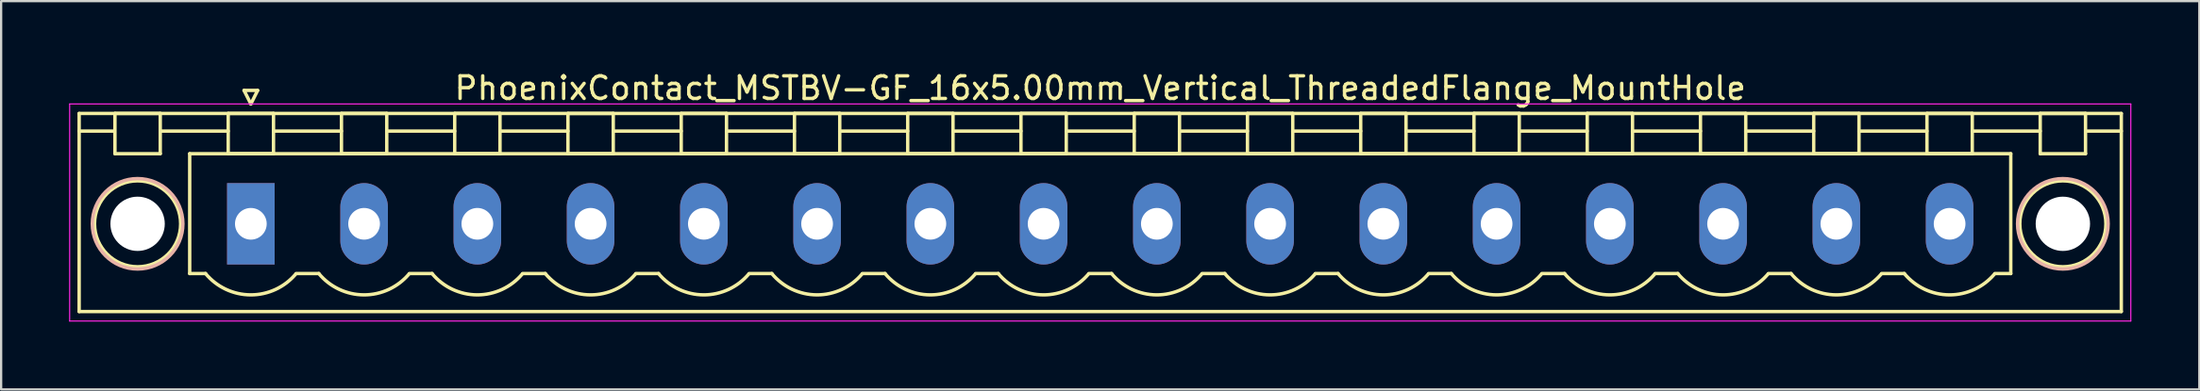
<source format=kicad_pcb>
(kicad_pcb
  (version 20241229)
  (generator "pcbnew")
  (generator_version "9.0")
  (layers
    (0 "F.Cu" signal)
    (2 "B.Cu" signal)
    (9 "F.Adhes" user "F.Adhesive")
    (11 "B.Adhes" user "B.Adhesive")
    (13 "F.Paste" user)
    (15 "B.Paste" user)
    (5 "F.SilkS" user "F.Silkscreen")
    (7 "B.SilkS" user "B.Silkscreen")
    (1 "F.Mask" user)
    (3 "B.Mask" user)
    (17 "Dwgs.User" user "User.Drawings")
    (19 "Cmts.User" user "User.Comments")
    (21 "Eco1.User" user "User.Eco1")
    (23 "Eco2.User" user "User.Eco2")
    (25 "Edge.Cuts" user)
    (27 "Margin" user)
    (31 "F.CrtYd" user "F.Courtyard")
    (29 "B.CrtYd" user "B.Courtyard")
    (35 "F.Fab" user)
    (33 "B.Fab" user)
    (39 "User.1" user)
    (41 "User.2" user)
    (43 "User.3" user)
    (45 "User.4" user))
  (footprint "PhoenixContact_MSTBV-GF_16x5.00mm_Vertical_ThreadedFlange_MountHole"
    (layer "F.Cu")
    (at 8.025 6.848)
    (property "Reference" "PhoenixContact_MSTBV-GF_16x5.00mm_Vertical_ThreadedFlange_MountHole" (at 37.5 -6 0) (layer "F.SilkS") (effects (font (size 1 1) (thickness 0.15))))
    (attr through_hole)
    (fp_line (start -7.58 -4.88) (end -7.58 3.88) (stroke (width 0.15) (type solid)) (layer "F.SilkS"))
    (fp_line (start -7.58 -4.1) (end -6.08 -4.1) (stroke (width 0.15) (type solid)) (layer "F.SilkS"))
    (fp_line (start -7.58 3.88) (end 82.58 3.88) (stroke (width 0.15) (type solid)) (layer "F.SilkS"))
    (fp_line (start -6 -4.88) (end -4 -4.88) (stroke (width 0.15) (type solid)) (layer "F.SilkS"))
    (fp_line (start -6 -3.1) (end -6 -4.88) (stroke (width 0.15) (type solid)) (layer "F.SilkS"))
    (fp_line (start -4 -4.88) (end -4 -3.1) (stroke (width 0.15) (type solid)) (layer "F.SilkS"))
    (fp_line (start -4 -4.1) (end -1 -4.1) (stroke (width 0.15) (type solid)) (layer "F.SilkS"))
    (fp_line (start -4 -3.1) (end -6 -3.1) (stroke (width 0.15) (type solid)) (layer "F.SilkS"))
    (fp_line (start -2.7 -3.1) (end 77.7 -3.1) (stroke (width 0.15) (type solid)) (layer "F.SilkS"))
    (fp_line (start -2.7 2.2) (end -2.7 -3.1) (stroke (width 0.15) (type solid)) (layer "F.SilkS"))
    (fp_line (start -2 2.2) (end -2.7 2.2) (stroke (width 0.15) (type solid)) (layer "F.SilkS"))
    (fp_line (start -1 -4.88) (end 1 -4.88) (stroke (width 0.15) (type solid)) (layer "F.SilkS"))
    (fp_line (start -1 -3.1) (end -1 -4.88) (stroke (width 0.15) (type solid)) (layer "F.SilkS"))
    (fp_line (start -0.3 -5.9) (end 0 -5.3) (stroke (width 0.15) (type solid)) (layer "F.SilkS"))
    (fp_line (start 0 -5.3) (end 0.3 -5.9) (stroke (width 0.15) (type solid)) (layer "F.SilkS"))
    (fp_line (start 0.3 -5.9) (end -0.3 -5.9) (stroke (width 0.15) (type solid)) (layer "F.SilkS"))
    (fp_line (start 1 -4.88) (end 1 -3.1) (stroke (width 0.15) (type solid)) (layer "F.SilkS"))
    (fp_line (start 1 -4.1) (end 4 -4.1) (stroke (width 0.15) (type solid)) (layer "F.SilkS"))
    (fp_line (start 1 -3.1) (end -1 -3.1) (stroke (width 0.15) (type solid)) (layer "F.SilkS"))
    (fp_line (start 2 2.2) (end 3 2.2) (stroke (width 0.15) (type solid)) (layer "F.SilkS"))
    (fp_line (start 4 -4.88) (end 6 -4.88) (stroke (width 0.15) (type solid)) (layer "F.SilkS"))
    (fp_line (start 4 -3.1) (end 4 -4.88) (stroke (width 0.15) (type solid)) (layer "F.SilkS"))
    (fp_line (start 6 -4.88) (end 6 -3.1) (stroke (width 0.15) (type solid)) (layer "F.SilkS"))
    (fp_line (start 6 -4.1) (end 9 -4.1) (stroke (width 0.15) (type solid)) (layer "F.SilkS"))
    (fp_line (start 6 -3.1) (end 4 -3.1) (stroke (width 0.15) (type solid)) (layer "F.SilkS"))
    (fp_line (start 7 2.2) (end 8 2.2) (stroke (width 0.15) (type solid)) (layer "F.SilkS"))
    (fp_line (start 9 -4.88) (end 11 -4.88) (stroke (width 0.15) (type solid)) (layer "F.SilkS"))
    (fp_line (start 9 -3.1) (end 9 -4.88) (stroke (width 0.15) (type solid)) (layer "F.SilkS"))
    (fp_line (start 11 -4.88) (end 11 -3.1) (stroke (width 0.15) (type solid)) (layer "F.SilkS"))
    (fp_line (start 11 -4.1) (end 14 -4.1) (stroke (width 0.15) (type solid)) (layer "F.SilkS"))
    (fp_line (start 11 -3.1) (end 9 -3.1) (stroke (width 0.15) (type solid)) (layer "F.SilkS"))
    (fp_line (start 12 2.2) (end 13 2.2) (stroke (width 0.15) (type solid)) (layer "F.SilkS"))
    (fp_line (start 14 -4.88) (end 16 -4.88) (stroke (width 0.15) (type solid)) (layer "F.SilkS"))
    (fp_line (start 14 -3.1) (end 14 -4.88) (stroke (width 0.15) (type solid)) (layer "F.SilkS"))
    (fp_line (start 16 -4.88) (end 16 -3.1) (stroke (width 0.15) (type solid)) (layer "F.SilkS"))
    (fp_line (start 16 -4.1) (end 19 -4.1) (stroke (width 0.15) (type solid)) (layer "F.SilkS"))
    (fp_line (start 16 -3.1) (end 14 -3.1) (stroke (width 0.15) (type solid)) (layer "F.SilkS"))
    (fp_line (start 17 2.2) (end 18 2.2) (stroke (width 0.15) (type solid)) (layer "F.SilkS"))
    (fp_line (start 19 -4.88) (end 21 -4.88) (stroke (width 0.15) (type solid)) (layer "F.SilkS"))
    (fp_line (start 19 -3.1) (end 19 -4.88) (stroke (width 0.15) (type solid)) (layer "F.SilkS"))
    (fp_line (start 21 -4.88) (end 21 -3.1) (stroke (width 0.15) (type solid)) (layer "F.SilkS"))
    (fp_line (start 21 -4.1) (end 24 -4.1) (stroke (width 0.15) (type solid)) (layer "F.SilkS"))
    (fp_line (start 21 -3.1) (end 19 -3.1) (stroke (width 0.15) (type solid)) (layer "F.SilkS"))
    (fp_line (start 22 2.2) (end 23 2.2) (stroke (width 0.15) (type solid)) (layer "F.SilkS"))
    (fp_line (start 24 -4.88) (end 26 -4.88) (stroke (width 0.15) (type solid)) (layer "F.SilkS"))
    (fp_line (start 24 -3.1) (end 24 -4.88) (stroke (width 0.15) (type solid)) (layer "F.SilkS"))
    (fp_line (start 26 -4.88) (end 26 -3.1) (stroke (width 0.15) (type solid)) (layer "F.SilkS"))
    (fp_line (start 26 -4.1) (end 29 -4.1) (stroke (width 0.15) (type solid)) (layer "F.SilkS"))
    (fp_line (start 26 -3.1) (end 24 -3.1) (stroke (width 0.15) (type solid)) (layer "F.SilkS"))
    (fp_line (start 27 2.2) (end 28 2.2) (stroke (width 0.15) (type solid)) (layer "F.SilkS"))
    (fp_line (start 29 -4.88) (end 31 -4.88) (stroke (width 0.15) (type solid)) (layer "F.SilkS"))
    (fp_line (start 29 -3.1) (end 29 -4.88) (stroke (width 0.15) (type solid)) (layer "F.SilkS"))
    (fp_line (start 31 -4.88) (end 31 -3.1) (stroke (width 0.15) (type solid)) (layer "F.SilkS"))
    (fp_line (start 31 -4.1) (end 34 -4.1) (stroke (width 0.15) (type solid)) (layer "F.SilkS"))
    (fp_line (start 31 -3.1) (end 29 -3.1) (stroke (width 0.15) (type solid)) (layer "F.SilkS"))
    (fp_line (start 32 2.2) (end 33 2.2) (stroke (width 0.15) (type solid)) (layer "F.SilkS"))
    (fp_line (start 34 -4.88) (end 36 -4.88) (stroke (width 0.15) (type solid)) (layer "F.SilkS"))
    (fp_line (start 34 -3.1) (end 34 -4.88) (stroke (width 0.15) (type solid)) (layer "F.SilkS"))
    (fp_line (start 36 -4.88) (end 36 -3.1) (stroke (width 0.15) (type solid)) (layer "F.SilkS"))
    (fp_line (start 36 -4.1) (end 39 -4.1) (stroke (width 0.15) (type solid)) (layer "F.SilkS"))
    (fp_line (start 36 -3.1) (end 34 -3.1) (stroke (width 0.15) (type solid)) (layer "F.SilkS"))
    (fp_line (start 37 2.2) (end 38 2.2) (stroke (width 0.15) (type solid)) (layer "F.SilkS"))
    (fp_line (start 39 -4.88) (end 41 -4.88) (stroke (width 0.15) (type solid)) (layer "F.SilkS"))
    (fp_line (start 39 -3.1) (end 39 -4.88) (stroke (width 0.15) (type solid)) (layer "F.SilkS"))
    (fp_line (start 41 -4.88) (end 41 -3.1) (stroke (width 0.15) (type solid)) (layer "F.SilkS"))
    (fp_line (start 41 -4.1) (end 44 -4.1) (stroke (width 0.15) (type solid)) (layer "F.SilkS"))
    (fp_line (start 41 -3.1) (end 39 -3.1) (stroke (width 0.15) (type solid)) (layer "F.SilkS"))
    (fp_line (start 42 2.2) (end 43 2.2) (stroke (width 0.15) (type solid)) (layer "F.SilkS"))
    (fp_line (start 44 -4.88) (end 46 -4.88) (stroke (width 0.15) (type solid)) (layer "F.SilkS"))
    (fp_line (start 44 -3.1) (end 44 -4.88) (stroke (width 0.15) (type solid)) (layer "F.SilkS"))
    (fp_line (start 46 -4.88) (end 46 -3.1) (stroke (width 0.15) (type solid)) (layer "F.SilkS"))
    (fp_line (start 46 -4.1) (end 49 -4.1) (stroke (width 0.15) (type solid)) (layer "F.SilkS"))
    (fp_line (start 46 -3.1) (end 44 -3.1) (stroke (width 0.15) (type solid)) (layer "F.SilkS"))
    (fp_line (start 47 2.2) (end 48 2.2) (stroke (width 0.15) (type solid)) (layer "F.SilkS"))
    (fp_line (start 49 -4.88) (end 51 -4.88) (stroke (width 0.15) (type solid)) (layer "F.SilkS"))
    (fp_line (start 49 -3.1) (end 49 -4.88) (stroke (width 0.15) (type solid)) (layer "F.SilkS"))
    (fp_line (start 51 -4.88) (end 51 -3.1) (stroke (width 0.15) (type solid)) (layer "F.SilkS"))
    (fp_line (start 51 -4.1) (end 54 -4.1) (stroke (width 0.15) (type solid)) (layer "F.SilkS"))
    (fp_line (start 51 -3.1) (end 49 -3.1) (stroke (width 0.15) (type solid)) (layer "F.SilkS"))
    (fp_line (start 52 2.2) (end 53 2.2) (stroke (width 0.15) (type solid)) (layer "F.SilkS"))
    (fp_line (start 54 -4.88) (end 56 -4.88) (stroke (width 0.15) (type solid)) (layer "F.SilkS"))
    (fp_line (start 54 -3.1) (end 54 -4.88) (stroke (width 0.15) (type solid)) (layer "F.SilkS"))
    (fp_line (start 56 -4.88) (end 56 -3.1) (stroke (width 0.15) (type solid)) (layer "F.SilkS"))
    (fp_line (start 56 -4.1) (end 59 -4.1) (stroke (width 0.15) (type solid)) (layer "F.SilkS"))
    (fp_line (start 56 -3.1) (end 54 -3.1) (stroke (width 0.15) (type solid)) (layer "F.SilkS"))
    (fp_line (start 57 2.2) (end 58 2.2) (stroke (width 0.15) (type solid)) (layer "F.SilkS"))
    (fp_line (start 59 -4.88) (end 61 -4.88) (stroke (width 0.15) (type solid)) (layer "F.SilkS"))
    (fp_line (start 59 -3.1) (end 59 -4.88) (stroke (width 0.15) (type solid)) (layer "F.SilkS"))
    (fp_line (start 61 -4.88) (end 61 -3.1) (stroke (width 0.15) (type solid)) (layer "F.SilkS"))
    (fp_line (start 61 -4.1) (end 64 -4.1) (stroke (width 0.15) (type solid)) (layer "F.SilkS"))
    (fp_line (start 61 -3.1) (end 59 -3.1) (stroke (width 0.15) (type solid)) (layer "F.SilkS"))
    (fp_line (start 62 2.2) (end 63 2.2) (stroke (width 0.15) (type solid)) (layer "F.SilkS"))
    (fp_line (start 64 -4.88) (end 66 -4.88) (stroke (width 0.15) (type solid)) (layer "F.SilkS"))
    (fp_line (start 64 -3.1) (end 64 -4.88) (stroke (width 0.15) (type solid)) (layer "F.SilkS"))
    (fp_line (start 66 -4.88) (end 66 -3.1) (stroke (width 0.15) (type solid)) (layer "F.SilkS"))
    (fp_line (start 66 -4.1) (end 69 -4.1) (stroke (width 0.15) (type solid)) (layer "F.SilkS"))
    (fp_line (start 66 -3.1) (end 64 -3.1) (stroke (width 0.15) (type solid)) (layer "F.SilkS"))
    (fp_line (start 67 2.2) (end 68 2.2) (stroke (width 0.15) (type solid)) (layer "F.SilkS"))
    (fp_line (start 69 -4.88) (end 71 -4.88) (stroke (width 0.15) (type solid)) (layer "F.SilkS"))
    (fp_line (start 69 -3.1) (end 69 -4.88) (stroke (width 0.15) (type solid)) (layer "F.SilkS"))
    (fp_line (start 71 -4.88) (end 71 -3.1) (stroke (width 0.15) (type solid)) (layer "F.SilkS"))
    (fp_line (start 71 -4.1) (end 74 -4.1) (stroke (width 0.15) (type solid)) (layer "F.SilkS"))
    (fp_line (start 71 -3.1) (end 69 -3.1) (stroke (width 0.15) (type solid)) (layer "F.SilkS"))
    (fp_line (start 72 2.2) (end 73 2.2) (stroke (width 0.15) (type solid)) (layer "F.SilkS"))
    (fp_line (start 74 -4.88) (end 76 -4.88) (stroke (width 0.15) (type solid)) (layer "F.SilkS"))
    (fp_line (start 74 -3.1) (end 74 -4.88) (stroke (width 0.15) (type solid)) (layer "F.SilkS"))
    (fp_line (start 76 -4.88) (end 76 -3.1) (stroke (width 0.15) (type solid)) (layer "F.SilkS"))
    (fp_line (start 76 -4.1) (end 79 -4.1) (stroke (width 0.15) (type solid)) (layer "F.SilkS"))
    (fp_line (start 76 -3.1) (end 74 -3.1) (stroke (width 0.15) (type solid)) (layer "F.SilkS"))
    (fp_line (start 77.7 -3.1) (end 77.7 2.2) (stroke (width 0.15) (type solid)) (layer "F.SilkS"))
    (fp_line (start 77.7 2.2) (end 77 2.2) (stroke (width 0.15) (type solid)) (layer "F.SilkS"))
    (fp_line (start 79 -4.88) (end 81 -4.88) (stroke (width 0.15) (type solid)) (layer "F.SilkS"))
    (fp_line (start 79 -3.1) (end 79 -4.88) (stroke (width 0.15) (type solid)) (layer "F.SilkS"))
    (fp_line (start 81 -4.88) (end 81 -3.1) (stroke (width 0.15) (type solid)) (layer "F.SilkS"))
    (fp_line (start 81 -3.1) (end 79 -3.1) (stroke (width 0.15) (type solid)) (layer "F.SilkS"))
    (fp_line (start 82.58 -4.88) (end -7.58 -4.88) (stroke (width 0.15) (type solid)) (layer "F.SilkS"))
    (fp_line (start 82.58 -4.1) (end 81.08 -4.1) (stroke (width 0.15) (type solid)) (layer "F.SilkS"))
    (fp_line (start 82.58 3.88) (end 82.58 -4.88) (stroke (width 0.15) (type solid)) (layer "F.SilkS"))
    (fp_arc (start 1.986842 2.215821) (mid -0.010289 3.142758) (end -2 2.2) (stroke (width 0.15) (type solid)) (layer "F.SilkS"))
    (fp_arc (start 6.986842 2.215821) (mid 4.989711 3.142758) (end 3 2.2) (stroke (width 0.15) (type solid)) (layer "F.SilkS"))
    (fp_arc (start 11.986842 2.215821) (mid 9.989711 3.142758) (end 8 2.2) (stroke (width 0.15) (type solid)) (layer "F.SilkS"))
    (fp_arc (start 16.986842 2.215821) (mid 14.989711 3.142758) (end 13 2.2) (stroke (width 0.15) (type solid)) (layer "F.SilkS"))
    (fp_arc (start 21.986842 2.215821) (mid 19.989711 3.142758) (end 18 2.2) (stroke (width 0.15) (type solid)) (layer "F.SilkS"))
    (fp_arc (start 26.986842 2.215821) (mid 24.989711 3.142758) (end 23 2.2) (stroke (width 0.15) (type solid)) (layer "F.SilkS"))
    (fp_arc (start 31.986842 2.215821) (mid 29.989711 3.142758) (end 28 2.2) (stroke (width 0.15) (type solid)) (layer "F.SilkS"))
    (fp_arc (start 36.986842 2.215821) (mid 34.989711 3.142758) (end 33 2.2) (stroke (width 0.15) (type solid)) (layer "F.SilkS"))
    (fp_arc (start 41.986842 2.215821) (mid 39.989711 3.142758) (end 38 2.2) (stroke (width 0.15) (type solid)) (layer "F.SilkS"))
    (fp_arc (start 46.986842 2.215821) (mid 44.989711 3.142758) (end 43 2.2) (stroke (width 0.15) (type solid)) (layer "F.SilkS"))
    (fp_arc (start 51.986842 2.215821) (mid 49.989711 3.142758) (end 48 2.2) (stroke (width 0.15) (type solid)) (layer "F.SilkS"))
    (fp_arc (start 56.986842 2.215821) (mid 54.989711 3.142758) (end 53 2.2) (stroke (width 0.15) (type solid)) (layer "F.SilkS"))
    (fp_arc (start 61.986842 2.215821) (mid 59.989711 3.142758) (end 58 2.2) (stroke (width 0.15) (type solid)) (layer "F.SilkS"))
    (fp_arc (start 66.986842 2.215821) (mid 64.989711 3.142758) (end 63 2.2) (stroke (width 0.15) (type solid)) (layer "F.SilkS"))
    (fp_arc (start 71.986842 2.215821) (mid 69.989711 3.142758) (end 68 2.2) (stroke (width 0.15) (type solid)) (layer "F.SilkS"))
    (fp_arc (start 76.986842 2.215821) (mid 74.989711 3.142758) (end 73 2.2) (stroke (width 0.15) (type solid)) (layer "F.SilkS"))
    (fp_circle (center -5 0) (end -3.1 0) (stroke (width 0.15) (type solid)) (fill no) (layer "F.SilkS"))
    (fp_circle (center 80 0) (end 81.9 0) (stroke (width 0.15) (type solid)) (fill no) (layer "F.SilkS"))
    (fp_circle (center -5 0) (end -3 0) (stroke (width 0.15) (type solid)) (fill no) (layer "B.SilkS"))
    (fp_circle (center 80 0) (end 82 0) (stroke (width 0.15) (type solid)) (fill no) (layer "B.SilkS"))
    (fp_line (start -8 -5.3) (end -8 4.3) (stroke (width 0.05) (type solid)) (layer "F.CrtYd"))
    (fp_line (start -8 4.3) (end 83 4.3) (stroke (width 0.05) (type solid)) (layer "F.CrtYd"))
    (fp_line (start 83 -5.3) (end -8 -5.3) (stroke (width 0.05) (type solid)) (layer "F.CrtYd"))
    (fp_line (start 83 4.3) (end 83 -5.3) (stroke (width 0.05) (type solid)) (layer "F.CrtYd"))
    (pad "" np_thru_hole circle (at -5 0) (size 2.4 2.4) (drill 2.4) (layers "*.Cu" "*.Mask"))
    (pad "" np_thru_hole circle (at 80 0) (size 2.4 2.4) (drill 2.4) (layers "*.Cu" "*.Mask"))
    (pad "1" thru_hole rect (at 0 0) (size 2.1 3.6) (drill 1.4) (layers "*.Cu" "*.Mask"))
    (pad "2" thru_hole oval (at 5 0) (size 2.1 3.6) (drill 1.4) (layers "*.Cu" "*.Mask"))
    (pad "3" thru_hole oval (at 10 0) (size 2.1 3.6) (drill 1.4) (layers "*.Cu" "*.Mask"))
    (pad "4" thru_hole oval (at 15 0) (size 2.1 3.6) (drill 1.4) (layers "*.Cu" "*.Mask"))
    (pad "5" thru_hole oval (at 20 0) (size 2.1 3.6) (drill 1.4) (layers "*.Cu" "*.Mask"))
    (pad "6" thru_hole oval (at 25 0) (size 2.1 3.6) (drill 1.4) (layers "*.Cu" "*.Mask"))
    (pad "7" thru_hole oval (at 30 0) (size 2.1 3.6) (drill 1.4) (layers "*.Cu" "*.Mask"))
    (pad "8" thru_hole oval (at 35 0) (size 2.1 3.6) (drill 1.4) (layers "*.Cu" "*.Mask"))
    (pad "9" thru_hole oval (at 40 0) (size 2.1 3.6) (drill 1.4) (layers "*.Cu" "*.Mask"))
    (pad "10" thru_hole oval (at 45 0) (size 2.1 3.6) (drill 1.4) (layers "*.Cu" "*.Mask"))
    (pad "11" thru_hole oval (at 50 0) (size 2.1 3.6) (drill 1.4) (layers "*.Cu" "*.Mask"))
    (pad "12" thru_hole oval (at 55 0) (size 2.1 3.6) (drill 1.4) (layers "*.Cu" "*.Mask"))
    (pad "13" thru_hole oval (at 60 0) (size 2.1 3.6) (drill 1.4) (layers "*.Cu" "*.Mask"))
    (pad "14" thru_hole oval (at 65 0) (size 2.1 3.6) (drill 1.4) (layers "*.Cu" "*.Mask"))
    (pad "15" thru_hole oval (at 70 0) (size 2.1 3.6) (drill 1.4) (layers "*.Cu" "*.Mask"))
    (pad "16" thru_hole oval (at 75 0) (size 2.1 3.6) (drill 1.4) (layers "*.Cu" "*.Mask")))
  (gr_rect
    (start -3 -3)
    (end 94.05 14.173)
    (stroke (width 0.1) (type default))
    (fill no)
    (layer "Edge.Cuts")))
</source>
